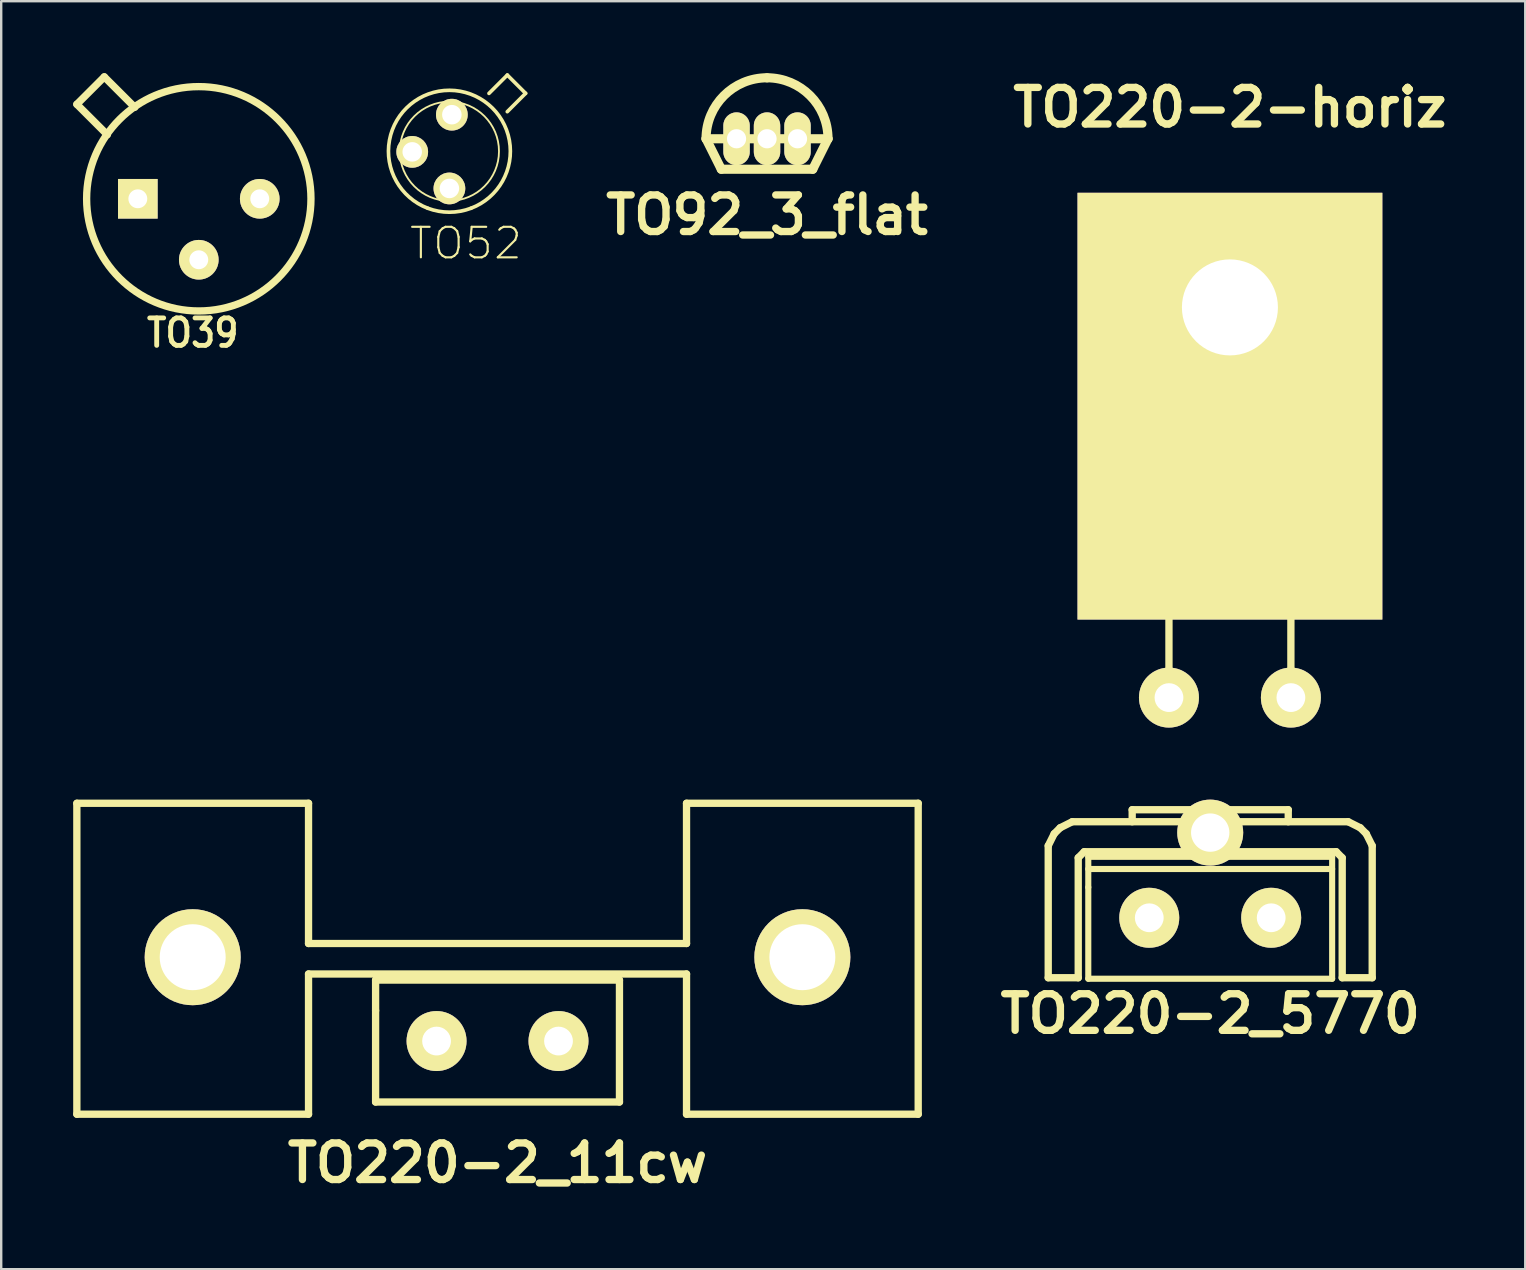
<source format=kicad_pcb>
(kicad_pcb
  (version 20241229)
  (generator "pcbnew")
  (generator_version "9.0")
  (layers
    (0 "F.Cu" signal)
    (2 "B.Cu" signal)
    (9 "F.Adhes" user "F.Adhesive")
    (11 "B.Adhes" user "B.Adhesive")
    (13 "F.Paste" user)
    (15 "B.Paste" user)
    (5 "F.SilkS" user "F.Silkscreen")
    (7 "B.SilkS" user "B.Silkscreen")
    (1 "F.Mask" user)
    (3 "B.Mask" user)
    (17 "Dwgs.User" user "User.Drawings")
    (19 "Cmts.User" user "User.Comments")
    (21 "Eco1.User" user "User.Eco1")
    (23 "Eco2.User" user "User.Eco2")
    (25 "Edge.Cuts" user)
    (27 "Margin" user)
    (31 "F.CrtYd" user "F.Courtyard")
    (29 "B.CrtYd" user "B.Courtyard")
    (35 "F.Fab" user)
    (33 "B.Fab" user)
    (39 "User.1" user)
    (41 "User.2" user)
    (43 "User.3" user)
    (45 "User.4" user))
  (footprint "TO220-2_11cw"
    (layer "F.Cu")
    (at 17.678 40.322)
    (property "Reference" "TO220-2_11cw" (at 0 5.08 0) (layer "F.SilkS") (effects (font (size 1.524 1.524) (thickness 0.305))))
    (attr through_hole)
    (fp_line (start -17.526 -9.906) (end -17.526 3.048) (stroke (width 0.305) (type solid)) (layer "F.SilkS"))
    (fp_line (start -17.526 3.048) (end -7.874 3.048) (stroke (width 0.305) (type solid)) (layer "F.SilkS"))
    (fp_line (start -7.874 -9.906) (end -17.526 -9.906) (stroke (width 0.305) (type solid)) (layer "F.SilkS"))
    (fp_line (start -7.874 -9.906) (end -7.874 -4.064) (stroke (width 0.305) (type solid)) (layer "F.SilkS"))
    (fp_line (start -7.874 -2.794) (end -7.874 3.048) (stroke (width 0.305) (type solid)) (layer "F.SilkS"))
    (fp_line (start -7.874 -2.794) (end 7.874 -2.794) (stroke (width 0.305) (type solid)) (layer "F.SilkS"))
    (fp_line (start -5.08 -2.54) (end -5.08 -1.27) (stroke (width 0.305) (type solid)) (layer "F.SilkS"))
    (fp_line (start -5.08 -1.27) (end -5.08 2.54) (stroke (width 0.305) (type solid)) (layer "F.SilkS"))
    (fp_line (start -5.08 2.54) (end 5.08 2.54) (stroke (width 0.305) (type solid)) (layer "F.SilkS"))
    (fp_line (start 5.08 -2.54) (end -5.08 -2.54) (stroke (width 0.305) (type solid)) (layer "F.SilkS"))
    (fp_line (start 5.08 2.54) (end 5.08 -2.54) (stroke (width 0.305) (type solid)) (layer "F.SilkS"))
    (fp_line (start 7.874 -9.906) (end 7.874 -4.064) (stroke (width 0.305) (type solid)) (layer "F.SilkS"))
    (fp_line (start 7.874 -4.064) (end -7.874 -4.064) (stroke (width 0.305) (type solid)) (layer "F.SilkS"))
    (fp_line (start 7.874 3.048) (end 7.874 -2.794) (stroke (width 0.305) (type solid)) (layer "F.SilkS"))
    (fp_line (start 7.874 3.048) (end 17.526 3.048) (stroke (width 0.305) (type solid)) (layer "F.SilkS"))
    (fp_line (start 17.526 -9.906) (end 7.874 -9.906) (stroke (width 0.305) (type solid)) (layer "F.SilkS"))
    (fp_line (start 17.526 -9.906) (end 17.526 3.048) (stroke (width 0.305) (type solid)) (layer "F.SilkS"))
    (pad "" thru_hole circle (at -12.7 -3.493) (size 4 4) (drill 2.748) (layers "*.Cu" "*.Mask" "F.SilkS"))
    (pad "" thru_hole circle (at 12.7 -3.493) (size 4 4) (drill 2.748) (layers "*.Cu" "*.Mask" "F.SilkS"))
    (pad "1" thru_hole circle (at -2.54 0) (size 2.499 2.499) (drill 1.199) (layers "*.Cu" "*.Mask" "F.SilkS"))
    (pad "2" thru_hole circle (at 2.54 0) (size 2.499 2.499) (drill 1.199) (layers "*.Cu" "*.Mask" "F.SilkS")))
  (footprint "TO39"
    (layer "F.Cu")
    (at 5.232 5.232)
    (property "Reference" "TO39" (at -0.254 5.588 0) (layer "F.SilkS") (effects (font (size 1.143 1.016) (thickness 0.203))))
    (attr through_hole)
    (fp_line (start -3.937 -5.08) (end -5.08 -3.937) (stroke (width 0.305) (type solid)) (layer "F.SilkS"))
    (fp_line (start -3.81 -2.667) (end -5.08 -3.937) (stroke (width 0.305) (type solid)) (layer "F.SilkS"))
    (fp_line (start -2.667 -3.81) (end -3.937 -5.08) (stroke (width 0.305) (type solid)) (layer "F.SilkS"))
    (fp_circle (center 0 0) (end 3.175 3.429) (stroke (width 0.305) (type solid)) (fill no) (layer "F.SilkS"))
    (pad "1" thru_hole rect (at -2.54 0) (size 1.651 1.651) (drill 0.787) (layers "*.Cu" "*.Mask" "F.SilkS"))
    (pad "2" thru_hole circle (at 0 2.54) (size 1.651 1.651) (drill 0.787) (layers "*.Cu" "*.Mask" "F.SilkS"))
    (pad "3" thru_hole circle (at 2.54 0) (size 1.651 1.651) (drill 0.787) (layers "*.Cu" "*.Mask" "F.SilkS")))
  (footprint "TO220-2-horiz"
    (layer "F.Cu")
    (at 48.191 16.412)
    (property "Reference" "TO220-2-horiz" (at 0 -14.986 0) (layer "F.SilkS") (effects (font (size 1.524 1.524) (thickness 0.305))))
    (attr through_hole)
    (fp_line (start -5.08 -9.906) (end -5.08 5.461) (stroke (width 0.305) (type solid)) (layer "F.SilkS"))
    (fp_line (start -5.08 5.461) (end 5.08 5.461) (stroke (width 0.305) (type solid)) (layer "F.SilkS"))
    (fp_line (start -2.54 9.652) (end -2.54 5.461) (stroke (width 0.305) (type solid)) (layer "F.SilkS"))
    (fp_line (start 2.54 9.652) (end 2.54 5.461) (stroke (width 0.305) (type solid)) (layer "F.SilkS"))
    (fp_line (start 5.08 -9.906) (end -5.08 -9.906) (stroke (width 0.305) (type solid)) (layer "F.SilkS"))
    (fp_line (start 5.08 -3.429) (end -5.08 -3.429) (stroke (width 0.254) (type solid)) (layer "F.SilkS"))
    (fp_line (start 5.08 5.461) (end 5.08 -9.906) (stroke (width 0.305) (type solid)) (layer "F.SilkS"))
    (pad "1" thru_hole circle (at -2.54 9.601) (size 2.499 2.499) (drill 1.199) (layers "*.Cu" "*.Mask" "F.SilkS"))
    (pad "2" thru_hole circle (at 2.54 9.601) (size 2.499 2.499) (drill 1.199) (layers "*.Cu" "*.Mask" "F.SilkS"))
    (pad "3" thru_hole rect (at 0 -6.655) (size 12.7 17.78) (drill 4 (offset 0 4.115)) (layers "F.Cu" "F.Mask" "F.SilkS")))
  (footprint "TO92_3_flat"
    (layer "F.Cu")
    (at 28.906 2.731)
    (property "Reference" "TO92_3_flat" (at 0 3.175 0) (layer "F.SilkS") (effects (font (size 1.524 1.524) (thickness 0.305))))
    (attr through_hole)
    (fp_line (start -1.905 1.27) (end -2.54 0) (stroke (width 0.381) (type solid)) (layer "F.SilkS"))
    (fp_line (start 1.905 1.27) (end -1.905 1.27) (stroke (width 0.381) (type solid)) (layer "F.SilkS"))
    (fp_line (start 2.54 0) (end -2.54 0) (stroke (width 0.381) (type solid)) (layer "F.SilkS"))
    (fp_line (start 2.54 0) (end 1.905 1.27) (stroke (width 0.381) (type solid)) (layer "F.SilkS"))
    (fp_arc (start -2.54 0) (mid -1.796051 -1.796051) (end 0 -2.54) (stroke (width 0.381) (type solid)) (layer "F.SilkS"))
    (fp_arc (start 0 -2.54) (mid 1.796051 -1.796051) (end 2.54 0) (stroke (width 0.381) (type solid)) (layer "F.SilkS"))
    (pad "1" thru_hole oval (at -1.27 0) (size 1.1 2.2) (drill 0.8) (layers "*.Cu" "*.Mask" "F.SilkS"))
    (pad "2" thru_hole oval (at 0 0) (size 1.1 2.2) (drill 0.8) (layers "*.Cu" "*.Mask" "F.SilkS"))
    (pad "3" thru_hole oval (at 1.27 0) (size 1.1 2.2) (drill 0.8) (layers "*.Cu" "*.Mask" "F.SilkS")))
  (footprint "TO52"
    (layer "F.Cu")
    (at 15.724 3.277)
    (property "Reference" "TO52" (at 0.635 3.81 0) (layer "F.SilkS") (effects (font (size 1.27 1.27) (thickness 0.089))))
    (attr exclude_from_pos_files exclude_from_bom)
    (fp_line (start 2.362 -3.2) (end 1.598 -2.436) (stroke (width 0.152) (type solid)) (layer "F.SilkS"))
    (fp_line (start 3.124 -2.438) (end 2.36 -1.674) (stroke (width 0.152) (type solid)) (layer "F.SilkS"))
    (fp_line (start 3.124 -2.438) (end 2.362 -3.2) (stroke (width 0.152) (type solid)) (layer "F.SilkS"))
    (fp_arc (start -0.955168 2.347522) (mid -0.048015 -2.564816) (end 0.84836 2.3495) (stroke (width 0.1524) (type solid)) (layer "F.SilkS"))
    (fp_arc (start 0.849425 2.349096) (mid -0.05023 2.514016) (end -0.94996 2.3495) (stroke (width 0.1524) (type solid)) (layer "F.SilkS"))
    (fp_circle (center -0.051 -0.025) (end -1.511 -1.486) (stroke (width 0.076) (type solid)) (fill no) (layer "F.SilkS"))
    (pad "1" thru_hole circle (at 0.051 -1.549) (size 1.321 1.321) (drill 0.813) (layers "*.Cu" "F.Mask" "F.SilkS" "F.Paste"))
    (pad "2" thru_hole circle (at -1.6 0) (size 1.321 1.321) (drill 0.813) (layers "*.Cu" "F.Mask" "F.SilkS" "F.Paste"))
    (pad "3" thru_hole circle (at -0.051 1.524) (size 1.321 1.321) (drill 0.813) (layers "*.Cu" "F.Mask" "F.SilkS" "F.Paste")))
  (footprint "TO220-2_5770"
    (layer "F.Cu")
    (at 47.37 35.186)
    (property "Reference" "TO220-2_5770" (at 0 4 0) (layer "F.SilkS") (effects (font (size 1.524 1.524) (thickness 0.305))))
    (attr through_hole)
    (fp_line (start -6.749 -3) (end -6.5 -3.5) (stroke (width 0.305) (type solid)) (layer "F.SilkS"))
    (fp_line (start -6.749 2.499) (end -6.749 -3) (stroke (width 0.305) (type solid)) (layer "F.SilkS"))
    (fp_line (start -6.5 -3.5) (end -6.251 -3.749) (stroke (width 0.305) (type solid)) (layer "F.SilkS"))
    (fp_line (start -6.251 -3.749) (end -5.751 -4) (stroke (width 0.305) (type solid)) (layer "F.SilkS"))
    (fp_line (start -5.499 -2.499) (end -5.499 2.499) (stroke (width 0.305) (type solid)) (layer "F.SilkS"))
    (fp_line (start -5.499 -2.499) (end -5.25 -2.751) (stroke (width 0.305) (type solid)) (layer "F.SilkS"))
    (fp_line (start -5.499 2.499) (end -6.749 2.499) (stroke (width 0.305) (type solid)) (layer "F.SilkS"))
    (fp_line (start -5.25 -2.751) (end 5.25 -2.751) (stroke (width 0.305) (type solid)) (layer "F.SilkS"))
    (fp_line (start -5.08 -2.54) (end -5.08 -1.27) (stroke (width 0.254) (type solid)) (layer "F.SilkS"))
    (fp_line (start -5.08 -2.032) (end 5.08 -2.032) (stroke (width 0.254) (type solid)) (layer "F.SilkS"))
    (fp_line (start -5.08 -1.27) (end -5.08 2.54) (stroke (width 0.254) (type solid)) (layer "F.SilkS"))
    (fp_line (start -5.08 2.54) (end 5.08 2.54) (stroke (width 0.254) (type solid)) (layer "F.SilkS"))
    (fp_line (start -3.251 -4.501) (end 3.251 -4.501) (stroke (width 0.305) (type solid)) (layer "F.SilkS"))
    (fp_line (start -3.251 -4) (end -3.251 -4.501) (stroke (width 0.305) (type solid)) (layer "F.SilkS"))
    (fp_line (start 3.251 -4.501) (end 3.251 -4) (stroke (width 0.305) (type solid)) (layer "F.SilkS"))
    (fp_line (start 5.08 -2.54) (end -5.08 -2.54) (stroke (width 0.254) (type solid)) (layer "F.SilkS"))
    (fp_line (start 5.08 2.54) (end 5.08 -2.54) (stroke (width 0.254) (type solid)) (layer "F.SilkS"))
    (fp_line (start 5.25 -2.751) (end 5.499 -2.499) (stroke (width 0.305) (type solid)) (layer "F.SilkS"))
    (fp_line (start 5.499 2.499) (end 5.499 -2.499) (stroke (width 0.305) (type solid)) (layer "F.SilkS"))
    (fp_line (start 5.751 -4) (end -5.751 -4) (stroke (width 0.305) (type solid)) (layer "F.SilkS"))
    (fp_line (start 5.751 -4) (end 6.251 -3.749) (stroke (width 0.305) (type solid)) (layer "F.SilkS"))
    (fp_line (start 6.251 -3.749) (end 6.5 -3.5) (stroke (width 0.305) (type solid)) (layer "F.SilkS"))
    (fp_line (start 6.5 -3.5) (end 6.749 -3) (stroke (width 0.305) (type solid)) (layer "F.SilkS"))
    (fp_line (start 6.749 -3) (end 6.749 2.499) (stroke (width 0.305) (type solid)) (layer "F.SilkS"))
    (fp_line (start 6.749 2.499) (end 5.499 2.499) (stroke (width 0.305) (type solid)) (layer "F.SilkS"))
    (pad "" thru_hole circle (at 0 -3.548) (size 2.748 2.748) (drill 1.598) (layers "*.Cu" "*.Mask" "F.SilkS"))
    (pad "1" thru_hole circle (at -2.54 0) (size 2.499 2.499) (drill 1.199) (layers "*.Cu" "*.Mask" "F.SilkS"))
    (pad "2" thru_hole circle (at 2.54 0) (size 2.499 2.499) (drill 1.199) (layers "*.Cu" "*.Mask" "F.SilkS")))
  (gr_rect
    (start -3 -3)
    (end 60.495 49.828)
    (stroke (width 0.1) (type default))
    (fill no)
    (layer "Edge.Cuts")))
</source>
